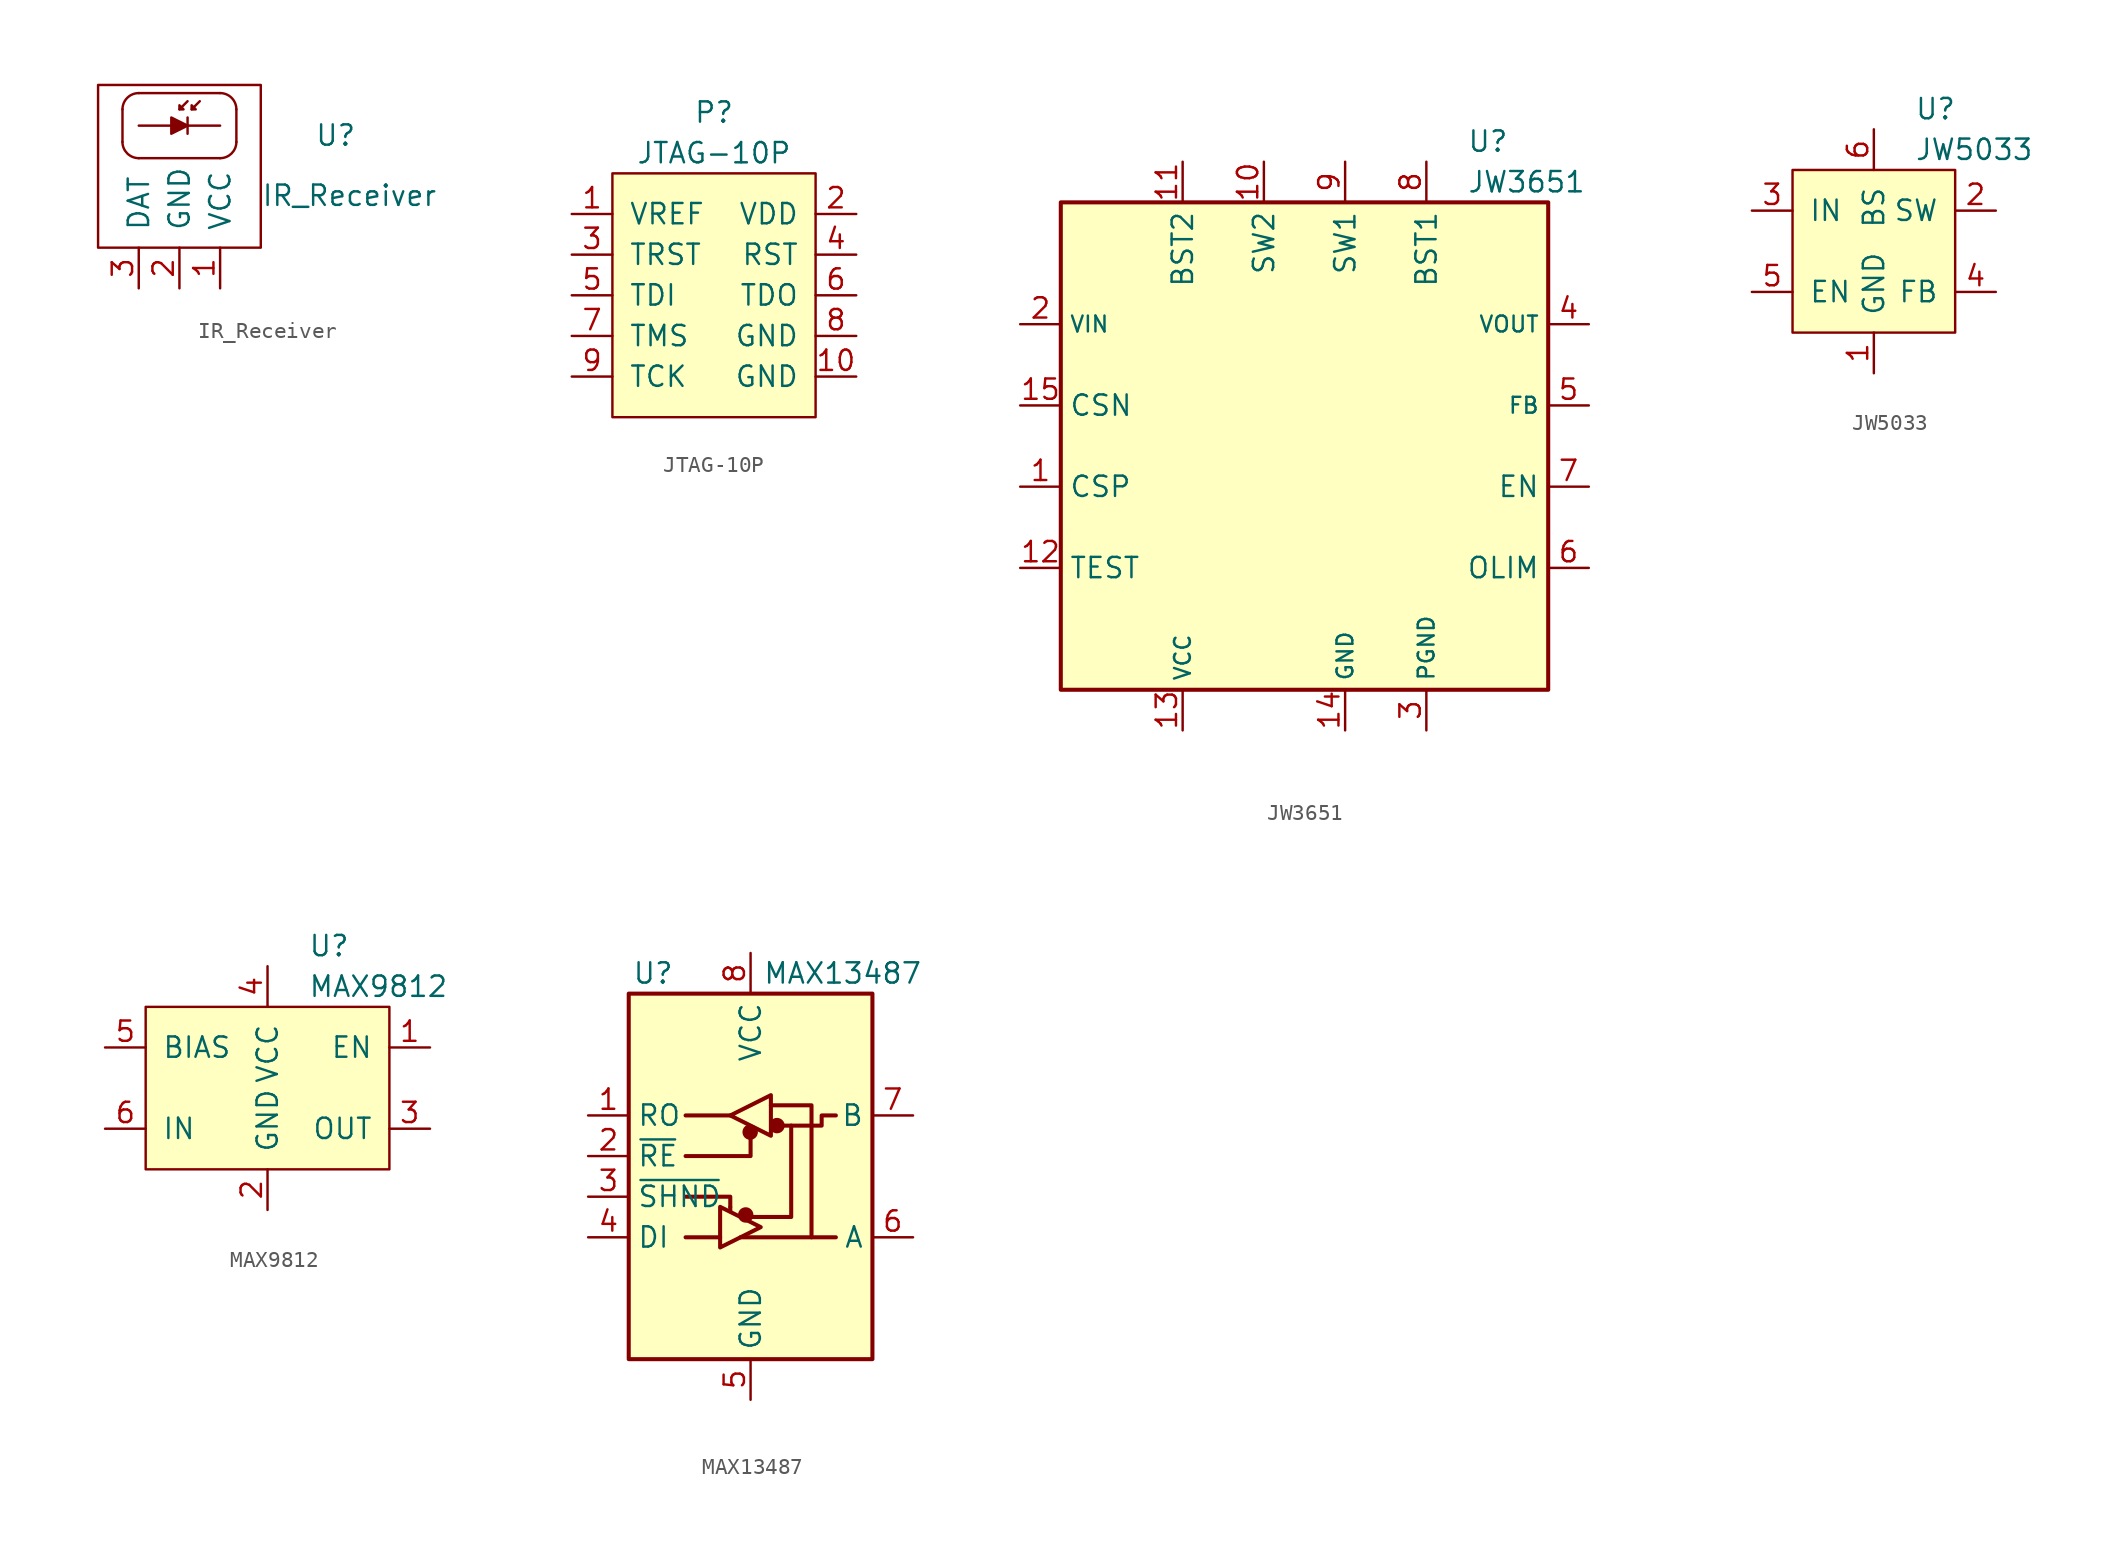
<source format=kicad_sym>
(kicad_symbol_lib
  (version 20231120)
  (generator "kicad_symbol_editor")
  (generator_version "8.0")
  (symbol "IR_Receiver"
    (pin_names
      (offset 1.016))
    (property "Reference" "U"
      (at 9.754 7.01 0)
      (effects (font (size 1.27 1.27))))
    (property "Value" "IR_Receiver"
      (at 10.617 3.251 0)
      (effects (font (size 1.27 1.27))))
    (symbol "IR_Receiver_0_1"
      (rectangle (start -5.08 10.16) (end 5.08 0) (stroke (width 0) (type default)) (fill (type none)))
      (arc (start -3.556 6.604) (mid -3.2584 5.8856) (end -2.54 5.588) (stroke (width 0) (type default)) (fill (type none)))
      (arc (start -2.54 9.652) (mid -3.2584 9.3544) (end -3.556 8.636) (stroke (width 0) (type default)) (fill (type none)))
      (polyline (pts (xy -3.556 8.636) (xy -3.556 6.604)) (stroke (width 0) (type default)) (fill (type none)))
      (polyline (pts (xy -2.54 7.62) (xy 2.54 7.62)) (stroke (width 0) (type default)) (fill (type none)))
      (polyline (pts (xy -2.54 9.652) (xy 2.54 9.652)) (stroke (width 0) (type default)) (fill (type none)))
      (polyline (pts (xy 0.508 8.128) (xy 0.508 7.112)) (stroke (width 0) (type default)) (fill (type none)))
      (polyline (pts (xy 0.508 9.144) (xy 0 8.636)) (stroke (width 0) (type default)) (fill (type none)))
      (polyline (pts (xy 1.27 9.144) (xy 0.762 8.636)) (stroke (width 0) (type default)) (fill (type none)))
      (polyline (pts (xy 2.54 5.588) (xy -2.54 5.588)) (stroke (width 0) (type default)) (fill (type none)))
      (polyline (pts (xy 3.556 8.636) (xy 3.556 6.604)) (stroke (width 0) (type default)) (fill (type none)))
      (polyline (pts (xy -0.508 8.128) (xy -0.508 7.112) (xy 0.508 7.62) (xy -0.508 8.128)) (stroke (width 0) (type default)) (fill (type outline)))
      (polyline (pts (xy 0 8.89) (xy 0.254 8.636) (xy 0 8.636) (xy 0 8.89)) (stroke (width 0) (type default)) (fill (type outline)))
      (polyline (pts (xy 0.762 8.89) (xy 0.762 8.636) (xy 1.016 8.636) (xy 0.762 8.89)) (stroke (width 0) (type default)) (fill (type outline)))
      (arc (start 2.54 5.588) (mid 3.2584 5.8856) (end 3.556 6.604) (stroke (width 0) (type default)) (fill (type none)))
      (arc (start 3.556 8.636) (mid 3.2584 9.3544) (end 2.54 9.652) (stroke (width 0) (type default)) (fill (type none))))
    (symbol "IR_Receiver_1_1"
      (pin power_in line (at 2.54 -2.54 90) (length 2.54) (name "VCC" (effects (font (size 1.27 1.27)))) (number "1" (effects (font (size 1.27 1.27)))))
      (pin power_in line (at 0 -2.54 90) (length 2.54) (name "GND" (effects (font (size 1.27 1.27)))) (number "2" (effects (font (size 1.27 1.27)))))
      (pin output line (at -2.54 -2.54 90) (length 2.54) (name "DAT" (effects (font (size 1.27 1.27)))) (number "3" (effects (font (size 1.27 1.27)))))))
  (symbol "JTAG-10P"
    (pin_names
      (offset 1.016))
    (property "Reference" "P"
      (at 3.81 10.16 0)
      (effects (font (size 1.27 1.27))))
    (property "Value" "JTAG-10P"
      (at 3.81 7.62 0)
      (effects (font (size 1.27 1.27))))
    (symbol "JTAG-10P_0_1"
      (rectangle (start -2.54 6.35) (end 10.16 -8.89) (stroke (width 0) (type default)) (fill (type background))))
    (symbol "JTAG-10P_1_1"
      (pin power_in line (at -5.08 3.81 0) (length 2.54) (name "VREF" (effects (font (size 1.27 1.27)))) (number "1" (effects (font (size 1.27 1.27)))))
      (pin power_in line (at 12.7 -6.35 180) (length 2.54) (name "GND" (effects (font (size 1.27 1.27)))) (number "10" (effects (font (size 1.27 1.27)))))
      (pin power_in line (at 12.7 3.81 180) (length 2.54) (name "VDD" (effects (font (size 1.27 1.27)))) (number "2" (effects (font (size 1.27 1.27)))))
      (pin input line (at -5.08 1.27 0) (length 2.54) (name "TRST" (effects (font (size 1.27 1.27)))) (number "3" (effects (font (size 1.27 1.27)))))
      (pin input line (at 12.7 1.27 180) (length 2.54) (name "RST" (effects (font (size 1.27 1.27)))) (number "4" (effects (font (size 1.27 1.27)))))
      (pin output line (at -5.08 -1.27 0) (length 2.54) (name "TDI" (effects (font (size 1.27 1.27)))) (number "5" (effects (font (size 1.27 1.27)))))
      (pin input line (at 12.7 -1.27 180) (length 2.54) (name "TDO" (effects (font (size 1.27 1.27)))) (number "6" (effects (font (size 1.27 1.27)))))
      (pin input line (at -5.08 -3.81 0) (length 2.54) (name "TMS" (effects (font (size 1.27 1.27)))) (number "7" (effects (font (size 1.27 1.27)))))
      (pin power_in line (at 12.7 -3.81 180) (length 2.54) (name "GND" (effects (font (size 1.27 1.27)))) (number "8" (effects (font (size 1.27 1.27)))))
      (pin input line (at -5.08 -6.35 0) (length 2.54) (name "TCK" (effects (font (size 1.27 1.27)))) (number "9" (effects (font (size 1.27 1.27)))))))
  (symbol "JW3651"
    (property "Reference" "U"
      (at 10.16 19.05 0)
      (effects (font (size 1.27 1.27)) (justify left)))
    (property "Value" "JW3651"
      (at 10.16 16.51 0)
      (effects (font (size 1.27 1.27)) (justify left)))
    (symbol "JW3651_0_1"
      (rectangle (start -15.24 15.24) (end 15.24 -15.24) (stroke (width 0.254) (type default)) (fill (type background))))
    (symbol "JW3651_1_1"
      (pin input line (at -17.78 -2.54 0) (length 2.54) (name "CSP" (effects (font (size 1.27 1.27)))) (number "1" (effects (font (size 1.27 1.27)))))
      (pin power_out line (at -2.54 17.78 270) (length 2.54) (name "SW2" (effects (font (size 1.27 1.27)))) (number "10" (effects (font (size 1.27 1.27)))))
      (pin input line (at -7.62 17.78 270) (length 2.54) (name "BST2" (effects (font (size 1.27 1.27)))) (number "11" (effects (font (size 1.27 1.27)))))
      (pin input line (at -17.78 -7.62 0) (length 2.54) (name "TEST" (effects (font (size 1.27 1.27)))) (number "12" (effects (font (size 1.27 1.27)))))
      (pin power_in line (at -7.62 -17.78 90) (length 2.54) (name "VCC" (effects (font (size 0.991 0.991)))) (number "13" (effects (font (size 1.27 1.27)))))
      (pin power_in line (at 2.54 -17.78 90) (length 2.54) (name "GND" (effects (font (size 0.991 0.991)))) (number "14" (effects (font (size 1.27 1.27)))))
      (pin input line (at -17.78 2.54 0) (length 2.54) (name "CSN" (effects (font (size 1.27 1.27)))) (number "15" (effects (font (size 1.27 1.27)))))
      (pin power_in line (at -17.78 7.62 0) (length 2.54) (name "VIN" (effects (font (size 0.991 0.991)))) (number "2" (effects (font (size 1.27 1.27)))))
      (pin power_in line (at 7.62 -17.78 90) (length 2.54) (name "PGND" (effects (font (size 0.991 0.991)))) (number "3" (effects (font (size 1.27 1.27)))))
      (pin power_out line (at 17.78 7.62 180) (length 2.54) (name "VOUT" (effects (font (size 0.991 0.991)))) (number "4" (effects (font (size 1.27 1.27)))))
      (pin input line (at 17.78 2.54 180) (length 2.54) (name "FB" (effects (font (size 0.991 0.991)))) (number "5" (effects (font (size 1.27 1.27)))))
      (pin input line (at 17.78 -7.62 180) (length 2.54) (name "OLIM" (effects (font (size 1.27 1.27)))) (number "6" (effects (font (size 1.27 1.27)))))
      (pin input line (at 17.78 -2.54 180) (length 2.54) (name "EN" (effects (font (size 1.27 1.27)))) (number "7" (effects (font (size 1.27 1.27)))))
      (pin input line (at 7.62 17.78 270) (length 2.54) (name "BST1" (effects (font (size 1.27 1.27)))) (number "8" (effects (font (size 1.27 1.27)))))
      (pin power_out line (at 2.54 17.78 270) (length 2.54) (name "SW1" (effects (font (size 1.27 1.27)))) (number "9" (effects (font (size 1.27 1.27)))))))
  (symbol "JW5033"
    (pin_names
      (offset 1.016))
    (property "Reference" "U"
      (at 2.54 8.89 0)
      (effects (font (size 1.27 1.27)) (justify left)))
    (property "Value" "JW5033"
      (at 2.54 6.35 0)
      (effects (font (size 1.27 1.27)) (justify left)))
    (symbol "JW5033_0_1"
      (rectangle (start -5.08 5.08) (end 5.08 -5.08) (stroke (width 0) (type default)) (fill (type background))))
    (symbol "JW5033_1_1"
      (pin power_in line (at 0 -7.62 90) (length 2.54) (name "GND" (effects (font (size 1.27 1.27)))) (number "1" (effects (font (size 1.27 1.27)))))
      (pin power_out line (at 7.62 2.54 180) (length 2.54) (name "SW" (effects (font (size 1.27 1.27)))) (number "2" (effects (font (size 1.27 1.27)))))
      (pin power_in line (at -7.62 2.54 0) (length 2.54) (name "IN" (effects (font (size 1.27 1.27)))) (number "3" (effects (font (size 1.27 1.27)))))
      (pin input line (at 7.62 -2.54 180) (length 2.54) (name "FB" (effects (font (size 1.27 1.27)))) (number "4" (effects (font (size 1.27 1.27)))))
      (pin input line (at -7.62 -2.54 0) (length 2.54) (name "EN" (effects (font (size 1.27 1.27)))) (number "5" (effects (font (size 1.27 1.27)))))
      (pin input line (at 0 7.62 270) (length 2.54) (name "BS" (effects (font (size 1.27 1.27)))) (number "6" (effects (font (size 1.27 1.27)))))))
  (symbol "MAX9812"
    (pin_names
      (offset 1.016))
    (property "Reference" "U"
      (at 2.54 8.89 0)
      (effects (font (size 1.27 1.27)) (justify left)))
    (property "Value" "MAX9812"
      (at 2.54 6.35 0)
      (effects (font (size 1.27 1.27)) (justify left)))
    (symbol "MAX9812_0_1"
      (rectangle (start -7.62 5.08) (end 7.62 -5.08) (stroke (width 0) (type default)) (fill (type background))))
    (symbol "MAX9812_1_1"
      (pin input line (at 10.16 2.54 180) (length 2.54) (name "EN" (effects (font (size 1.27 1.27)))) (number "1" (effects (font (size 1.27 1.27)))))
      (pin power_in line (at 0 -7.62 90) (length 2.54) (name "GND" (effects (font (size 1.27 1.27)))) (number "2" (effects (font (size 1.27 1.27)))))
      (pin output line (at 10.16 -2.54 180) (length 2.54) (name "OUT" (effects (font (size 1.27 1.27)))) (number "3" (effects (font (size 1.27 1.27)))))
      (pin power_in line (at 0 7.62 270) (length 2.54) (name "VCC" (effects (font (size 1.27 1.27)))) (number "4" (effects (font (size 1.27 1.27)))))
      (pin output line (at -10.16 2.54 0) (length 2.54) (name "BIAS" (effects (font (size 1.27 1.27)))) (number "5" (effects (font (size 1.27 1.27)))))
      (pin input line (at -10.16 -2.54 0) (length 2.54) (name "IN" (effects (font (size 1.27 1.27)))) (number "6" (effects (font (size 1.27 1.27)))))))
  (symbol "MAX13487"
    (property "Reference" "U"
      (at -6.096 11.43 0)
      (effects (font (size 1.27 1.27))))
    (property "Value" "MAX13487"
      (at 0.762 11.43 0)
      (effects (font (size 1.27 1.27)) (justify left)))
    (symbol "MAX13487_0_1"
      (rectangle (start -7.62 10.16) (end 7.62 -12.7) (stroke (width 0.254) (type default)) (fill (type background)))
      (circle (center -0.305 -3.683) (radius 0.356) (stroke (width 0.254) (type default)) (fill (type outline)))
      (circle (center -0.025 1.499) (radius 0.356) (stroke (width 0.254) (type default)) (fill (type outline)))
      (polyline (pts (xy -4.064 -5.08) (xy -1.905 -5.08)) (stroke (width 0.254) (type default)) (fill (type none)))
      (polyline (pts (xy -4.064 2.54) (xy -1.27 2.54)) (stroke (width 0.254) (type default)) (fill (type none)))
      (polyline (pts (xy -1.27 -3.2) (xy -1.27 -3.454)) (stroke (width 0.254) (type default)) (fill (type none)))
      (polyline (pts (xy -0.635 -5.08) (xy 5.334 -5.08)) (stroke (width 0.254) (type default)) (fill (type none)))
      (polyline (pts (xy -4.064 -2.54) (xy -1.27 -2.54) (xy -1.27 -3.175)) (stroke (width 0.254) (type default)) (fill (type none)))
      (polyline (pts (xy 0 1.27) (xy 0 0) (xy -4.064 0)) (stroke (width 0.254) (type default)) (fill (type none)))
      (polyline (pts (xy 1.27 3.175) (xy 3.81 3.175) (xy 3.81 -5.08)) (stroke (width 0.254) (type default)) (fill (type none)))
      (polyline (pts (xy 2.54 1.905) (xy 2.54 -3.81) (xy 0 -3.81)) (stroke (width 0.254) (type default)) (fill (type none)))
      (polyline (pts (xy -1.905 -3.175) (xy -1.905 -5.715) (xy 0.635 -4.445) (xy -1.905 -3.175)) (stroke (width 0.254) (type default)) (fill (type none)))
      (polyline (pts (xy -1.27 2.54) (xy 1.27 3.81) (xy 1.27 1.27) (xy -1.27 2.54)) (stroke (width 0.254) (type default)) (fill (type none)))
      (polyline (pts (xy 1.905 1.905) (xy 4.445 1.905) (xy 4.445 2.54) (xy 5.334 2.54)) (stroke (width 0.254) (type default)) (fill (type none)))
      (rectangle (start 1.27 3.175) (end 1.27 3.175) (stroke (width 0) (type default)) (fill (type none)))
      (circle (center 1.651 1.905) (radius 0.356) (stroke (width 0.254) (type default)) (fill (type outline))))
    (symbol "MAX13487_1_1"
      (pin output line (at -10.16 2.54 0) (length 2.54) (name "RO" (effects (font (size 1.27 1.27)))) (number "1" (effects (font (size 1.27 1.27)))))
      (pin input line (at -10.16 0 0) (length 2.54) (name "~{RE}" (effects (font (size 1.27 1.27)))) (number "2" (effects (font (size 1.27 1.27)))))
      (pin input line (at -10.16 -2.54 0) (length 2.54) (name "~{SHND}" (effects (font (size 1.27 1.27)))) (number "3" (effects (font (size 1.27 1.27)))))
      (pin input line (at -10.16 -5.08 0) (length 2.54) (name "DI" (effects (font (size 1.27 1.27)))) (number "4" (effects (font (size 1.27 1.27)))))
      (pin power_in line (at 0 -15.24 90) (length 2.54) (name "GND" (effects (font (size 1.27 1.27)))) (number "5" (effects (font (size 1.27 1.27)))))
      (pin bidirectional line (at 10.16 -5.08 180) (length 2.54) (name "A" (effects (font (size 1.27 1.27)))) (number "6" (effects (font (size 1.27 1.27)))))
      (pin bidirectional line (at 10.16 2.54 180) (length 2.54) (name "B" (effects (font (size 1.27 1.27)))) (number "7" (effects (font (size 1.27 1.27)))))
      (pin power_in line (at 0 12.7 270) (length 2.54) (name "VCC" (effects (font (size 1.27 1.27)))) (number "8" (effects (font (size 1.27 1.27))))))))
</source>
